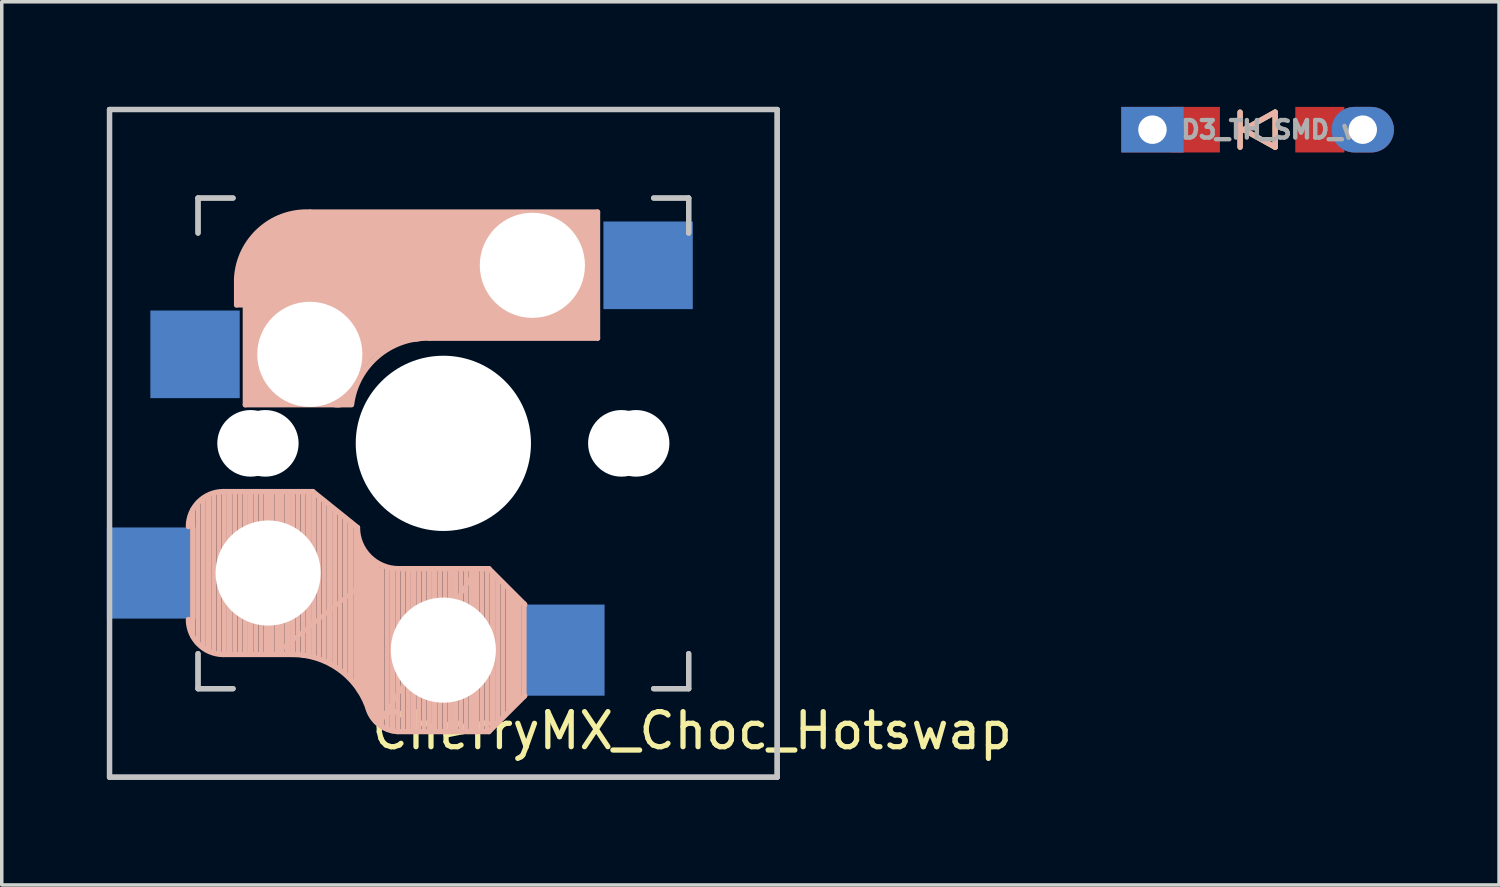
<source format=kicad_pcb>
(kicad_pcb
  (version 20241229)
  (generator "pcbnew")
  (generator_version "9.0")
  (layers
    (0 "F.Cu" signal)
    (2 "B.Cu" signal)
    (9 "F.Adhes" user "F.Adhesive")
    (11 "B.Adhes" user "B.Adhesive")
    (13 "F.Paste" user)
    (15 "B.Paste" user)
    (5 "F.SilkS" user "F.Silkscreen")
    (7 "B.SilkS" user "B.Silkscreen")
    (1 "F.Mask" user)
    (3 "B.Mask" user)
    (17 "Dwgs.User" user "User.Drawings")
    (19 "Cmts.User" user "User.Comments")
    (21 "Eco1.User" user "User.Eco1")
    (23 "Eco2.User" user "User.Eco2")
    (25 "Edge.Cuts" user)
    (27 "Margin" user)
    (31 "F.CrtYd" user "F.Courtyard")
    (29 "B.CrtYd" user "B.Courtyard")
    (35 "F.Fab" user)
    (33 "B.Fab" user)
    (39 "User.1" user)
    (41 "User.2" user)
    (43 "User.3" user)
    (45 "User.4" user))
  (footprint "D3_TH_SMD_v2"
    (layer "F.Cu")
    (at 32.833 0.65)
    (property "Reference" "D3_TH_SMD_v2" (at 0.55 0 180) (layer "F.Fab") (effects (font (size 0.5 0.5) (thickness 0.125))))
    (attr through_hole)
    (fp_line (start -0.5 -0.5) (end -0.5 0.5) (stroke (width 0.15) (type solid)) (layer "F.SilkS"))
    (fp_line (start -0.4 0) (end 0.5 -0.5) (stroke (width 0.15) (type solid)) (layer "F.SilkS"))
    (fp_line (start 0.5 -0.5) (end 0.5 0.5) (stroke (width 0.15) (type solid)) (layer "F.SilkS"))
    (fp_line (start 0.5 0.5) (end -0.4 0) (stroke (width 0.15) (type solid)) (layer "F.SilkS"))
    (fp_line (start -0.5 -0.5) (end -0.5 0.5) (stroke (width 0.15) (type solid)) (layer "B.SilkS"))
    (fp_line (start -0.4 0) (end 0.5 -0.5) (stroke (width 0.15) (type solid)) (layer "B.SilkS"))
    (fp_line (start 0.5 -0.5) (end 0.5 0.5) (stroke (width 0.15) (type solid)) (layer "B.SilkS"))
    (fp_line (start 0.5 0.5) (end -0.4 0) (stroke (width 0.15) (type solid)) (layer "B.SilkS"))
    (pad "1" thru_hole rect (at -3 0) (size 1.778 1.3) (drill 0.813) (layers "*.Cu" "B.Mask"))
    (pad "1" smd rect (at -1.775 0 180) (size 1.4 1.3) (layers "F.Cu" "F.Mask" "F.Paste"))
    (pad "2" smd rect (at 1.775 0 180) (size 1.4 1.3) (layers "F.Cu" "F.Mask" "F.Paste"))
    (pad "2" thru_hole oval (at 3 0) (size 1.778 1.3) (drill 0.813) (layers "*.Cu" "B.Mask")))
  (footprint "CherryMX_Choc_Hotswap"
    (layer "F.Cu")
    (at 9.6 9.6)
    (property "Reference" "CherryMX_Choc_Hotswap" (at 7.1 8.2 0) (layer "F.SilkS") (effects (font (size 1 1) (thickness 0.15))))
    (attr through_hole)
    (fp_line (start -7.15 5.5) (end -7.15 1.9) (stroke (width 0.15) (type solid)) (layer "B.SilkS"))
    (fp_line (start -7 5.7) (end -7 1.7) (stroke (width 0.15) (type solid)) (layer "B.SilkS"))
    (fp_line (start -6.85 5.8) (end -6.85 1.6) (stroke (width 0.15) (type solid)) (layer "B.SilkS"))
    (fp_line (start -6.7 5.9) (end -6.7 1.5) (stroke (width 0.15) (type solid)) (layer "B.SilkS"))
    (fp_line (start -6.55 5.95) (end -6.55 1.45) (stroke (width 0.15) (type solid)) (layer "B.SilkS"))
    (fp_line (start -6.4 6) (end -6.4 1.45) (stroke (width 0.15) (type solid)) (layer "B.SilkS"))
    (fp_line (start -6.25 6) (end -6.25 1.4) (stroke (width 0.15) (type solid)) (layer "B.SilkS"))
    (fp_line (start -6.1 6) (end -6.1 1.4) (stroke (width 0.15) (type solid)) (layer "B.SilkS"))
    (fp_line (start -5.95 6) (end -5.95 1.4) (stroke (width 0.15) (type solid)) (layer "B.SilkS"))
    (fp_line (start -5.9 -4.7) (end -5.9 -3.95) (stroke (width 0.15) (type solid)) (layer "B.SilkS"))
    (fp_line (start -5.9 -3.95) (end -5.7 -3.95) (stroke (width 0.15) (type solid)) (layer "B.SilkS"))
    (fp_line (start -5.8 -4.05) (end -5.8 -4.7) (stroke (width 0.3) (type solid)) (layer "B.SilkS"))
    (fp_line (start -5.8 6) (end -5.8 1.4) (stroke (width 0.15) (type solid)) (layer "B.SilkS"))
    (fp_line (start -5.65 -5.55) (end -5.65 -1.1) (stroke (width 0.15) (type solid)) (layer "B.SilkS"))
    (fp_line (start -5.65 -1.1) (end -2.62 -1.1) (stroke (width 0.15) (type solid)) (layer "B.SilkS"))
    (fp_line (start -5.65 6) (end -5.65 1.4) (stroke (width 0.15) (type solid)) (layer "B.SilkS"))
    (fp_line (start -5.5 6) (end -5.5 1.4) (stroke (width 0.15) (type solid)) (layer "B.SilkS"))
    (fp_line (start -5.45 -1.3) (end -3 -1.3) (stroke (width 0.5) (type solid)) (layer "B.SilkS"))
    (fp_line (start -5.35 6) (end -5.35 1.4) (stroke (width 0.15) (type solid)) (layer "B.SilkS"))
    (fp_line (start -5.3 -1.6) (end -5.3 -3.4) (stroke (width 0.8) (type solid)) (layer "B.SilkS"))
    (fp_line (start -5.2 6) (end -5.2 1.4) (stroke (width 0.15) (type solid)) (layer "B.SilkS"))
    (fp_line (start -5.05 6) (end -5.05 1.4) (stroke (width 0.15) (type solid)) (layer "B.SilkS"))
    (fp_line (start -4.9 6) (end -4.9 1.4) (stroke (width 0.15) (type solid)) (layer "B.SilkS"))
    (fp_line (start -4.75 6) (end -4.75 1.4) (stroke (width 0.15) (type solid)) (layer "B.SilkS"))
    (fp_line (start -4.65 5.9) (end -4.65 1.4) (stroke (width 0.12) (type solid)) (layer "B.SilkS"))
    (fp_line (start -4.6 6) (end -4.6 1.4) (stroke (width 0.15) (type solid)) (layer "B.SilkS"))
    (fp_line (start -4.45 6) (end -4.45 1.4) (stroke (width 0.15) (type solid)) (layer "B.SilkS"))
    (fp_line (start -4.3 6) (end -4.3 1.4) (stroke (width 0.15) (type solid)) (layer "B.SilkS"))
    (fp_line (start -4.3 6.025) (end -6.275 6.025) (stroke (width 0.15) (type solid)) (layer "B.SilkS"))
    (fp_line (start -4.17 -5.1) (end -4.17 -2.86) (stroke (width 3) (type solid)) (layer "B.SilkS"))
    (fp_line (start -4.15 6) (end -4.15 1.45) (stroke (width 0.15) (type solid)) (layer "B.SilkS"))
    (fp_line (start -4 6.05) (end -4 1.4) (stroke (width 0.15) (type solid)) (layer "B.SilkS"))
    (fp_line (start -3.85 6.05) (end -3.85 1.4) (stroke (width 0.15) (type solid)) (layer "B.SilkS"))
    (fp_line (start -3.725 1.375) (end -6.275 1.375) (stroke (width 0.15) (type solid)) (layer "B.SilkS"))
    (fp_line (start -3.725 1.375) (end -2.45 2.4) (stroke (width 0.15) (type solid)) (layer "B.SilkS"))
    (fp_line (start -3.7 6.05) (end -3.7 1.45) (stroke (width 0.15) (type solid)) (layer "B.SilkS"))
    (fp_line (start -3.55 6.1) (end -3.55 1.55) (stroke (width 0.15) (type solid)) (layer "B.SilkS"))
    (fp_line (start -3.4 6.2) (end -3.4 1.65) (stroke (width 0.15) (type solid)) (layer "B.SilkS"))
    (fp_line (start -3.25 6.25) (end -3.25 1.8) (stroke (width 0.15) (type solid)) (layer "B.SilkS"))
    (fp_line (start -3.1 6.35) (end -3.1 1.9) (stroke (width 0.15) (type solid)) (layer "B.SilkS"))
    (fp_line (start -2.95 6.45) (end -2.95 2.05) (stroke (width 0.15) (type solid)) (layer "B.SilkS"))
    (fp_line (start -2.8 6.55) (end -2.8 2.15) (stroke (width 0.15) (type solid)) (layer "B.SilkS"))
    (fp_line (start -2.65 6.7) (end -2.65 2.25) (stroke (width 0.15) (type solid)) (layer "B.SilkS"))
    (fp_line (start -2.5 6.85) (end -2.5 2.4) (stroke (width 0.15) (type solid)) (layer "B.SilkS"))
    (fp_line (start -2.4 7.05) (end -2.4 2.9) (stroke (width 0.15) (type solid)) (layer "B.SilkS"))
    (fp_line (start -2.3 7.2) (end -2.3 3.05) (stroke (width 0.15) (type solid)) (layer "B.SilkS"))
    (fp_line (start -2.2 7.4) (end -2.2 3.25) (stroke (width 0.15) (type solid)) (layer "B.SilkS"))
    (fp_line (start -2.1 7.55) (end -2.1 3.35) (stroke (width 0.15) (type solid)) (layer "B.SilkS"))
    (fp_line (start -2 7.8) (end -2 3.4) (stroke (width 0.15) (type solid)) (layer "B.SilkS"))
    (fp_line (start -1.9 7.95) (end -1.9 3.45) (stroke (width 0.15) (type solid)) (layer "B.SilkS"))
    (fp_line (start -1.8 3.6) (end -4.65 5.9) (stroke (width 0.12) (type solid)) (layer "B.SilkS"))
    (fp_line (start -1.8 7.95) (end -1.8 3.6) (stroke (width 0.12) (type solid)) (layer "B.SilkS"))
    (fp_line (start -1.75 8.05) (end -1.75 3.5) (stroke (width 0.15) (type solid)) (layer "B.SilkS"))
    (fp_line (start -1.6 8.15) (end -1.6 3.6) (stroke (width 0.15) (type solid)) (layer "B.SilkS"))
    (fp_line (start -1.45 8.2) (end -1.45 3.6) (stroke (width 0.15) (type solid)) (layer "B.SilkS"))
    (fp_line (start -1.3 8.2) (end -1.3 3.6) (stroke (width 0.15) (type solid)) (layer "B.SilkS"))
    (fp_line (start -1.15 8.2) (end -1.15 3.65) (stroke (width 0.15) (type solid)) (layer "B.SilkS"))
    (fp_line (start -1 8.2) (end -1 3.6) (stroke (width 0.15) (type solid)) (layer "B.SilkS"))
    (fp_line (start -0.85 8.2) (end -0.85 3.6) (stroke (width 0.15) (type solid)) (layer "B.SilkS"))
    (fp_line (start -0.7 8.2) (end -0.7 3.6) (stroke (width 0.15) (type solid)) (layer "B.SilkS"))
    (fp_line (start -0.55 8.2) (end -0.55 3.6) (stroke (width 0.15) (type solid)) (layer "B.SilkS"))
    (fp_line (start -0.4 -3) (end 4.4 -3) (stroke (width 0.15) (type solid)) (layer "B.SilkS"))
    (fp_line (start -0.4 8.2) (end -0.4 3.6) (stroke (width 0.15) (type solid)) (layer "B.SilkS"))
    (fp_line (start -0.25 8.2) (end -0.25 3.6) (stroke (width 0.15) (type solid)) (layer "B.SilkS"))
    (fp_line (start -0.1 8.2) (end -0.1 3.6) (stroke (width 0.15) (type solid)) (layer "B.SilkS"))
    (fp_line (start 0.05 8.2) (end 0.05 3.6) (stroke (width 0.15) (type solid)) (layer "B.SilkS"))
    (fp_line (start 0.2 8.2) (end 0.2 3.6) (stroke (width 0.15) (type solid)) (layer "B.SilkS"))
    (fp_line (start 0.35 8.2) (end 0.35 3.6) (stroke (width 0.15) (type solid)) (layer "B.SilkS"))
    (fp_line (start 0.5 8.2) (end 0.5 3.6) (stroke (width 0.15) (type solid)) (layer "B.SilkS"))
    (fp_line (start 0.65 8.2) (end 0.65 3.6) (stroke (width 0.15) (type solid)) (layer "B.SilkS"))
    (fp_line (start 0.8 8.2) (end 0.8 3.6) (stroke (width 0.15) (type solid)) (layer "B.SilkS"))
    (fp_line (start 0.9 3.65) (end -1.8 7.95) (stroke (width 0.12) (type solid)) (layer "B.SilkS"))
    (fp_line (start 0.9 8.1) (end 0.9 3.65) (stroke (width 0.12) (type solid)) (layer "B.SilkS"))
    (fp_line (start 0.95 8.2) (end 0.95 3.6) (stroke (width 0.15) (type solid)) (layer "B.SilkS"))
    (fp_line (start 1.1 8.2) (end 1.1 3.6) (stroke (width 0.15) (type solid)) (layer "B.SilkS"))
    (fp_line (start 1.25 8.2) (end 1.25 3.6) (stroke (width 0.15) (type solid)) (layer "B.SilkS"))
    (fp_line (start 1.3 3.575) (end -1.275 3.575) (stroke (width 0.15) (type solid)) (layer "B.SilkS"))
    (fp_line (start 1.3 3.575) (end 2.325 4.6) (stroke (width 0.15) (type solid)) (layer "B.SilkS"))
    (fp_line (start 1.3 8.225) (end -1.3 8.225) (stroke (width 0.15) (type solid)) (layer "B.SilkS"))
    (fp_line (start 1.3 8.225) (end 2.325 7.2) (stroke (width 0.15) (type solid)) (layer "B.SilkS"))
    (fp_line (start 1.4 8.1) (end 1.4 3.7) (stroke (width 0.15) (type solid)) (layer "B.SilkS"))
    (fp_line (start 1.55 7.95) (end 1.55 3.85) (stroke (width 0.15) (type solid)) (layer "B.SilkS"))
    (fp_line (start 1.7 7.8) (end 1.7 4) (stroke (width 0.15) (type solid)) (layer "B.SilkS"))
    (fp_line (start 1.85 7.65) (end 1.85 4.15) (stroke (width 0.15) (type solid)) (layer "B.SilkS"))
    (fp_line (start 1.95 7.55) (end 1.95 4.25) (stroke (width 0.15) (type solid)) (layer "B.SilkS"))
    (fp_line (start 2.05 7.45) (end 2.05 4.35) (stroke (width 0.15) (type solid)) (layer "B.SilkS"))
    (fp_line (start 2.15 7.35) (end 2.15 4.45) (stroke (width 0.15) (type solid)) (layer "B.SilkS"))
    (fp_line (start 2.3 4.575) (end 2.3 7.225) (stroke (width 0.15) (type solid)) (layer "B.SilkS"))
    (fp_line (start 2.6 -4.8) (end -4.1 -4.8) (stroke (width 3.5) (type solid)) (layer "B.SilkS"))
    (fp_line (start 3.9 -6) (end 3.9 -3.5) (stroke (width 1) (type solid)) (layer "B.SilkS"))
    (fp_line (start 4.2 -3.25) (end 2.9 -3.3) (stroke (width 0.5) (type solid)) (layer "B.SilkS"))
    (fp_line (start 4.25 -6.4) (end 3 -6.4) (stroke (width 0.4) (type solid)) (layer "B.SilkS"))
    (fp_line (start 4.38 -4) (end 4.38 -6.25) (stroke (width 0.15) (type solid)) (layer "B.SilkS"))
    (fp_line (start 4.4 -6.6) (end -3.8 -6.6) (stroke (width 0.15) (type solid)) (layer "B.SilkS"))
    (fp_line (start 4.4 -3) (end 4.4 -6.6) (stroke (width 0.15) (type solid)) (layer "B.SilkS"))
    (fp_arc (start -7.275 2.375) (mid -6.982107 1.667893) (end -6.275 1.375) (stroke (width 0.15) (type solid)) (layer "B.SilkS"))
    (fp_arc (start -6.275 6.025) (mid -6.982107 5.732107) (end -7.275 5.025) (stroke (width 0.15) (type solid)) (layer "B.SilkS"))
    (fp_arc (start -5.9 -4.699999) (mid -5.243504 -6.084924) (end -3.800001 -6.6) (stroke (width 0.15) (type solid)) (layer "B.SilkS"))
    (fp_arc (start -4.3 6.025) (mid -2.995114 6.436429) (end -2.162199 7.521904) (stroke (width 0.15) (type solid)) (layer "B.SilkS"))
    (fp_arc (start -3.016318 -1.521471) (mid -2.268709 -2.886118) (end -0.8 -3.4) (stroke (width 1) (type solid)) (layer "B.SilkS"))
    (fp_arc (start -2.616318 -1.121471) (mid -1.868709 -2.486118) (end -0.4 -3) (stroke (width 0.15) (type solid)) (layer "B.SilkS"))
    (fp_arc (start -1.300995 8.223791) (mid -1.848284 8.016021) (end -2.162199 7.521904) (stroke (width 0.15) (type solid)) (layer "B.SilkS"))
    (fp_arc (start -1.275 3.575) (mid -2.10585 3.23085) (end -2.45 2.4) (stroke (width 0.15) (type solid)) (layer "B.SilkS"))
    (fp_line (start -9.525 -9.525) (end 9.525 -9.525) (stroke (width 0.15) (type solid)) (layer "Dwgs.User"))
    (fp_line (start -9.525 -9.525) (end 9.525 -9.525) (stroke (width 0.15) (type solid)) (layer "Dwgs.User"))
    (fp_line (start -9.525 9.525) (end -9.525 -9.525) (stroke (width 0.15) (type solid)) (layer "Dwgs.User"))
    (fp_line (start -9.525 9.525) (end -9.525 -9.525) (stroke (width 0.15) (type solid)) (layer "Dwgs.User"))
    (fp_line (start -7 -7) (end -6 -7) (stroke (width 0.15) (type solid)) (layer "Dwgs.User"))
    (fp_line (start -7 -7) (end -6 -7) (stroke (width 0.15) (type solid)) (layer "Dwgs.User"))
    (fp_line (start -7 -6) (end -7 -7) (stroke (width 0.15) (type solid)) (layer "Dwgs.User"))
    (fp_line (start -7 -6) (end -7 -7) (stroke (width 0.15) (type solid)) (layer "Dwgs.User"))
    (fp_line (start -7 6) (end -7 7) (stroke (width 0.15) (type solid)) (layer "Dwgs.User"))
    (fp_line (start -7 7) (end -7 6) (stroke (width 0.15) (type solid)) (layer "Dwgs.User"))
    (fp_line (start -7 7) (end -6 7) (stroke (width 0.15) (type solid)) (layer "Dwgs.User"))
    (fp_line (start -6 7) (end -7 7) (stroke (width 0.15) (type solid)) (layer "Dwgs.User"))
    (fp_line (start 6 7) (end 7 7) (stroke (width 0.15) (type solid)) (layer "Dwgs.User"))
    (fp_line (start 6 7) (end 7 7) (stroke (width 0.15) (type solid)) (layer "Dwgs.User"))
    (fp_line (start 7 -7) (end 6 -7) (stroke (width 0.15) (type solid)) (layer "Dwgs.User"))
    (fp_line (start 7 -7) (end 6 -7) (stroke (width 0.15) (type solid)) (layer "Dwgs.User"))
    (fp_line (start 7 -7) (end 7 -6) (stroke (width 0.15) (type solid)) (layer "Dwgs.User"))
    (fp_line (start 7 -6) (end 7 -7) (stroke (width 0.15) (type solid)) (layer "Dwgs.User"))
    (fp_line (start 7 7) (end 7 6) (stroke (width 0.15) (type solid)) (layer "Dwgs.User"))
    (fp_line (start 7 7) (end 7 6) (stroke (width 0.15) (type solid)) (layer "Dwgs.User"))
    (fp_line (start 9.525 -9.525) (end 9.525 9.525) (stroke (width 0.15) (type solid)) (layer "Dwgs.User"))
    (fp_line (start 9.525 -9.525) (end 9.525 9.525) (stroke (width 0.15) (type solid)) (layer "Dwgs.User"))
    (fp_line (start 9.525 9.525) (end -9.525 9.525) (stroke (width 0.15) (type solid)) (layer "Dwgs.User"))
    (fp_line (start 9.525 9.525) (end -9.525 9.525) (stroke (width 0.15) (type solid)) (layer "Dwgs.User"))
    (pad "" np_thru_hole circle (at -5.5 0 90) (size 1.9 1.9) (drill 1.9) (layers "*.Cu"))
    (pad "" np_thru_hole circle (at -5.08 0) (size 1.9 1.9) (drill 1.9) (layers "*.Cu" "*.Mask"))
    (pad "" np_thru_hole circle (at -5 3.7 90) (size 3 3) (drill 3) (layers "*.Cu" "*.Mask"))
    (pad "" np_thru_hole circle (at -3.81 -2.54) (size 3 3) (drill 3) (layers "*.Cu" "*.Mask"))
    (pad "" np_thru_hole circle (at 0 0 90) (size 5 5) (drill 5) (layers "*.Cu"))
    (pad "" np_thru_hole circle (at 0 5.9 90) (size 3 3) (drill 3) (layers "*.Cu" "*.Mask"))
    (pad "" np_thru_hole circle (at 2.54 -5.08) (size 3 3) (drill 3) (layers "*.Cu" "*.Mask"))
    (pad "" np_thru_hole circle (at 5.08 0) (size 1.9 1.9) (drill 1.9) (layers "*.Cu" "*.Mask"))
    (pad "" np_thru_hole circle (at 5.5 0 90) (size 1.9 1.9) (drill 1.9) (layers "*.Cu"))
    (pad "1" smd rect (at -8.3 3.7 180) (size 2.6 2.6) (layers "B.Cu" "B.Mask" "B.Paste"))
    (pad "1" smd rect (at -7.085 -2.54 180) (size 2.55 2.5) (layers "B.Cu" "B.Mask" "B.Paste"))
    (pad "2" smd rect (at 3.3 5.9 180) (size 2.6 2.6) (layers "B.Cu" "B.Mask" "B.Paste"))
    (pad "2" smd rect (at 5.842 -5.08 180) (size 2.55 2.5) (layers "B.Cu" "B.Mask" "B.Paste")))
  (gr_rect
    (start -3 -3)
    (end 39.722 22.2)
    (stroke (width 0.1) (type default))
    (fill no)
    (layer "Edge.Cuts")))
</source>
